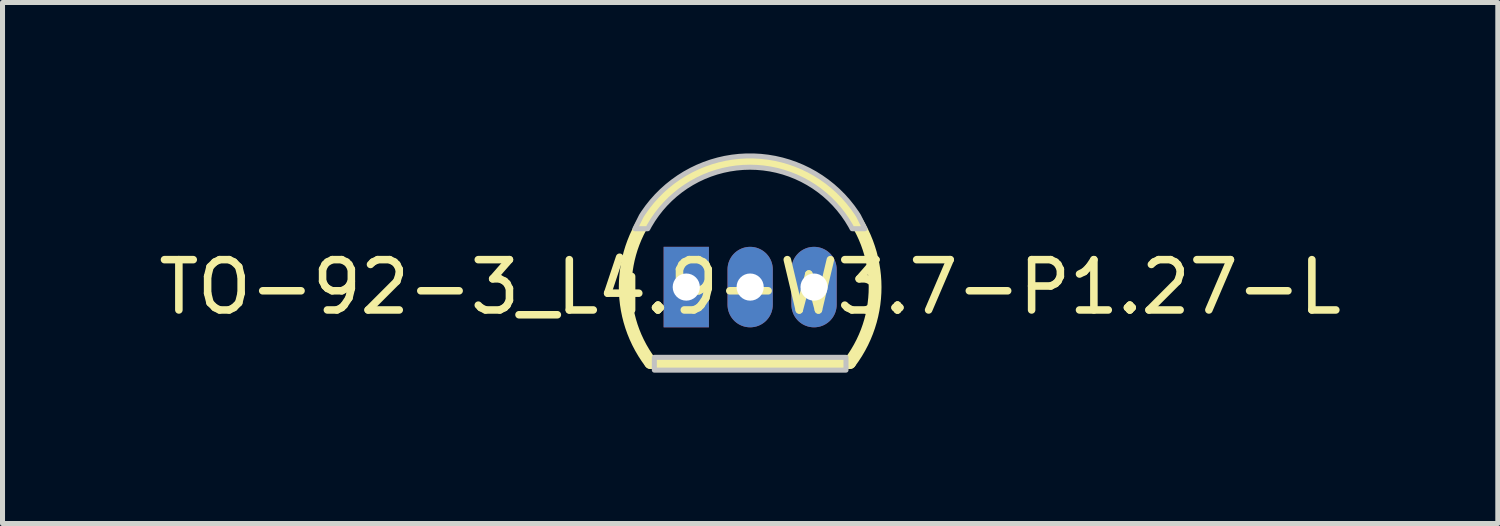
<source format=kicad_pcb>
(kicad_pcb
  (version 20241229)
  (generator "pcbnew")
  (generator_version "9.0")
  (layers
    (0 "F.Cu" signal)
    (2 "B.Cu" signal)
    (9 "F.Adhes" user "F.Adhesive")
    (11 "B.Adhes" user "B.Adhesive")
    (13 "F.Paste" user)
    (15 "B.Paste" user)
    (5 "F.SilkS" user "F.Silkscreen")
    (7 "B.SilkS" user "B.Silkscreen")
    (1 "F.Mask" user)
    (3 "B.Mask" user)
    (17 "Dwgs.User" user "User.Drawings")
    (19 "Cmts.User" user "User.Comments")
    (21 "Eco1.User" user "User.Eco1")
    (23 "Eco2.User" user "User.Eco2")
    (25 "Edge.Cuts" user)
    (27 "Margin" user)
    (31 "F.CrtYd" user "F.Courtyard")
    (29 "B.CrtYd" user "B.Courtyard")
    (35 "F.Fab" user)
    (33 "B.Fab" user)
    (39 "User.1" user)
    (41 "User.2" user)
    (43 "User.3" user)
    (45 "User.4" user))
  (footprint "TO-92-3_L4.9-W3.7-P1.27-L"
    (layer "F.Cu")
    (at 11.863 2.657)
    (property "Reference" "TO-92-3_L4.9-W3.7-P1.27-L" (at 0 0 0) (layer "F.SilkS") (effects (font (size 1 1) (thickness 0.15))))
    (fp_line (start 1.98 1.5) (end -1.98 1.5) (stroke (width 0.254) (type default)) (layer "F.SilkS"))
    (fp_arc (start -1.981 1.501) (mid 0 -2.481421) (end 1.981 1.501) (stroke (width 0.254) (type default)) (layer "F.SilkS"))
    (fp_poly (pts (xy -1.905 1.397) (xy 1.905 1.397) (xy 1.905 1.651) (xy -1.905 1.651)) (stroke (width 0.1) (type default)) (fill no) (layer "Dwgs.User"))
    (fp_poly (pts (xy -2.29 -1.16) (arc (start -2.036 -1.16) (mid -0.004 -2.382507) (end 2.028 -1.16)) (xy 2.282 -1.16) (arc (start 2.155 -1.414) (mid -0.004 -2.607045) (end -2.163 -1.414))) (stroke (width 0.1) (type default)) (fill no) (layer "Dwgs.User"))
    (fp_poly (pts (xy -1.505 0.22) (xy -1.505 -0.22) (xy -1.035 -0.22) (xy -1.035 0.22)) (stroke (width 0.1) (type default)) (fill no) (layer "User.1"))
    (fp_poly (pts (xy -0.235 0.22) (xy -0.235 -0.22) (xy 0.235 -0.22) (xy 0.235 0.22)) (stroke (width 0.1) (type default)) (fill no) (layer "User.1"))
    (fp_poly (pts (xy 1.035 0.22) (xy 1.035 -0.22) (xy 1.505 -0.22) (xy 1.505 0.22)) (stroke (width 0.1) (type default)) (fill no) (layer "User.1"))
    (fp_line (start -2.484 0) (end -2.466 0.207) (stroke (width 0.051) (type default)) (layer "User.2"))
    (fp_line (start -2.481 -0.124) (end -2.481 -0.003) (stroke (width 0.051) (type default)) (layer "User.2"))
    (fp_line (start -2.466 0.207) (end -2.442 0.406) (stroke (width 0.051) (type default)) (layer "User.2"))
    (fp_line (start -2.442 0.406) (end -2.399 0.598) (stroke (width 0.051) (type default)) (layer "User.2"))
    (fp_line (start -2.399 0.598) (end -2.341 0.79) (stroke (width 0.051) (type default)) (layer "User.2"))
    (fp_line (start -2.341 0.79) (end -2.265 0.986) (stroke (width 0.051) (type default)) (layer "User.2"))
    (fp_line (start -2.265 0.986) (end -2.181 1.155) (stroke (width 0.051) (type default)) (layer "User.2"))
    (fp_line (start -2.181 1.155) (end -1.98 1.5) (stroke (width 0.051) (type default)) (layer "User.2"))
    (fp_line (start -1.98 1.5) (end 1.98 1.5) (stroke (width 0.051) (type default)) (layer "User.2"))
    (fp_line (start 0.124 -2.478) (end -0.127 -2.478) (stroke (width 0.051) (type default)) (layer "User.2"))
    (fp_line (start 1.98 1.5) (end 2.189 1.157) (stroke (width 0.051) (type default)) (layer "User.2"))
    (fp_line (start 2.189 1.157) (end 2.342 0.795) (stroke (width 0.051) (type default)) (layer "User.2"))
    (fp_line (start 2.342 0.795) (end 2.457 0.398) (stroke (width 0.051) (type default)) (layer "User.2"))
    (fp_line (start 2.457 0.398) (end 2.484 0) (stroke (width 0.051) (type default)) (layer "User.2"))
    (fp_line (start 2.484 0) (end 2.484 -0.118) (stroke (width 0.051) (type default)) (layer "User.2"))
    (fp_arc (start -2.481 -0.124) (mid -1.791383 -1.788883) (end -0.1265 -2.478) (stroke (width 0.051) (type default)) (layer "User.2"))
    (fp_arc (start -2.481 -0.003) (mid -2.481879 -0.000879) (end -2.484 0) (stroke (width 0.051) (type default)) (layer "User.2"))
    (fp_arc (start 0.124 -2.478) (mid 1.792772 -1.786772) (end 2.484 -0.118) (stroke (width 0.051) (type default)) (layer "User.2"))
    (fp_poly (pts (xy -2.429 1.477) (xy -2.461 1.445) (xy -2.507 1.445) (xy -2.539 1.477) (xy -2.539 1.523) (xy -2.507 1.555) (xy -2.461 1.555) (xy -2.429 1.523)) (stroke (width 0.1) (type default)) (fill no) (layer "User.3"))
    (pad "1" thru_hole rect (at -1.27 0) (size 0.9 1.6) (drill 0.54) (layers "*.Cu" "*.Mask"))
    (pad "2" thru_hole oval (at 0 0) (size 0.9 1.6) (drill 0.54) (layers "*.Cu" "*.Mask"))
    (pad "3" thru_hole oval (at 1.27 0) (size 0.9 1.6) (drill 0.54) (layers "*.Cu" "*.Mask")))
  (gr_rect
    (start -3 -3)
    (end 26.726 7.358)
    (stroke (width 0.1) (type default))
    (fill no)
    (layer "Edge.Cuts")))
</source>
